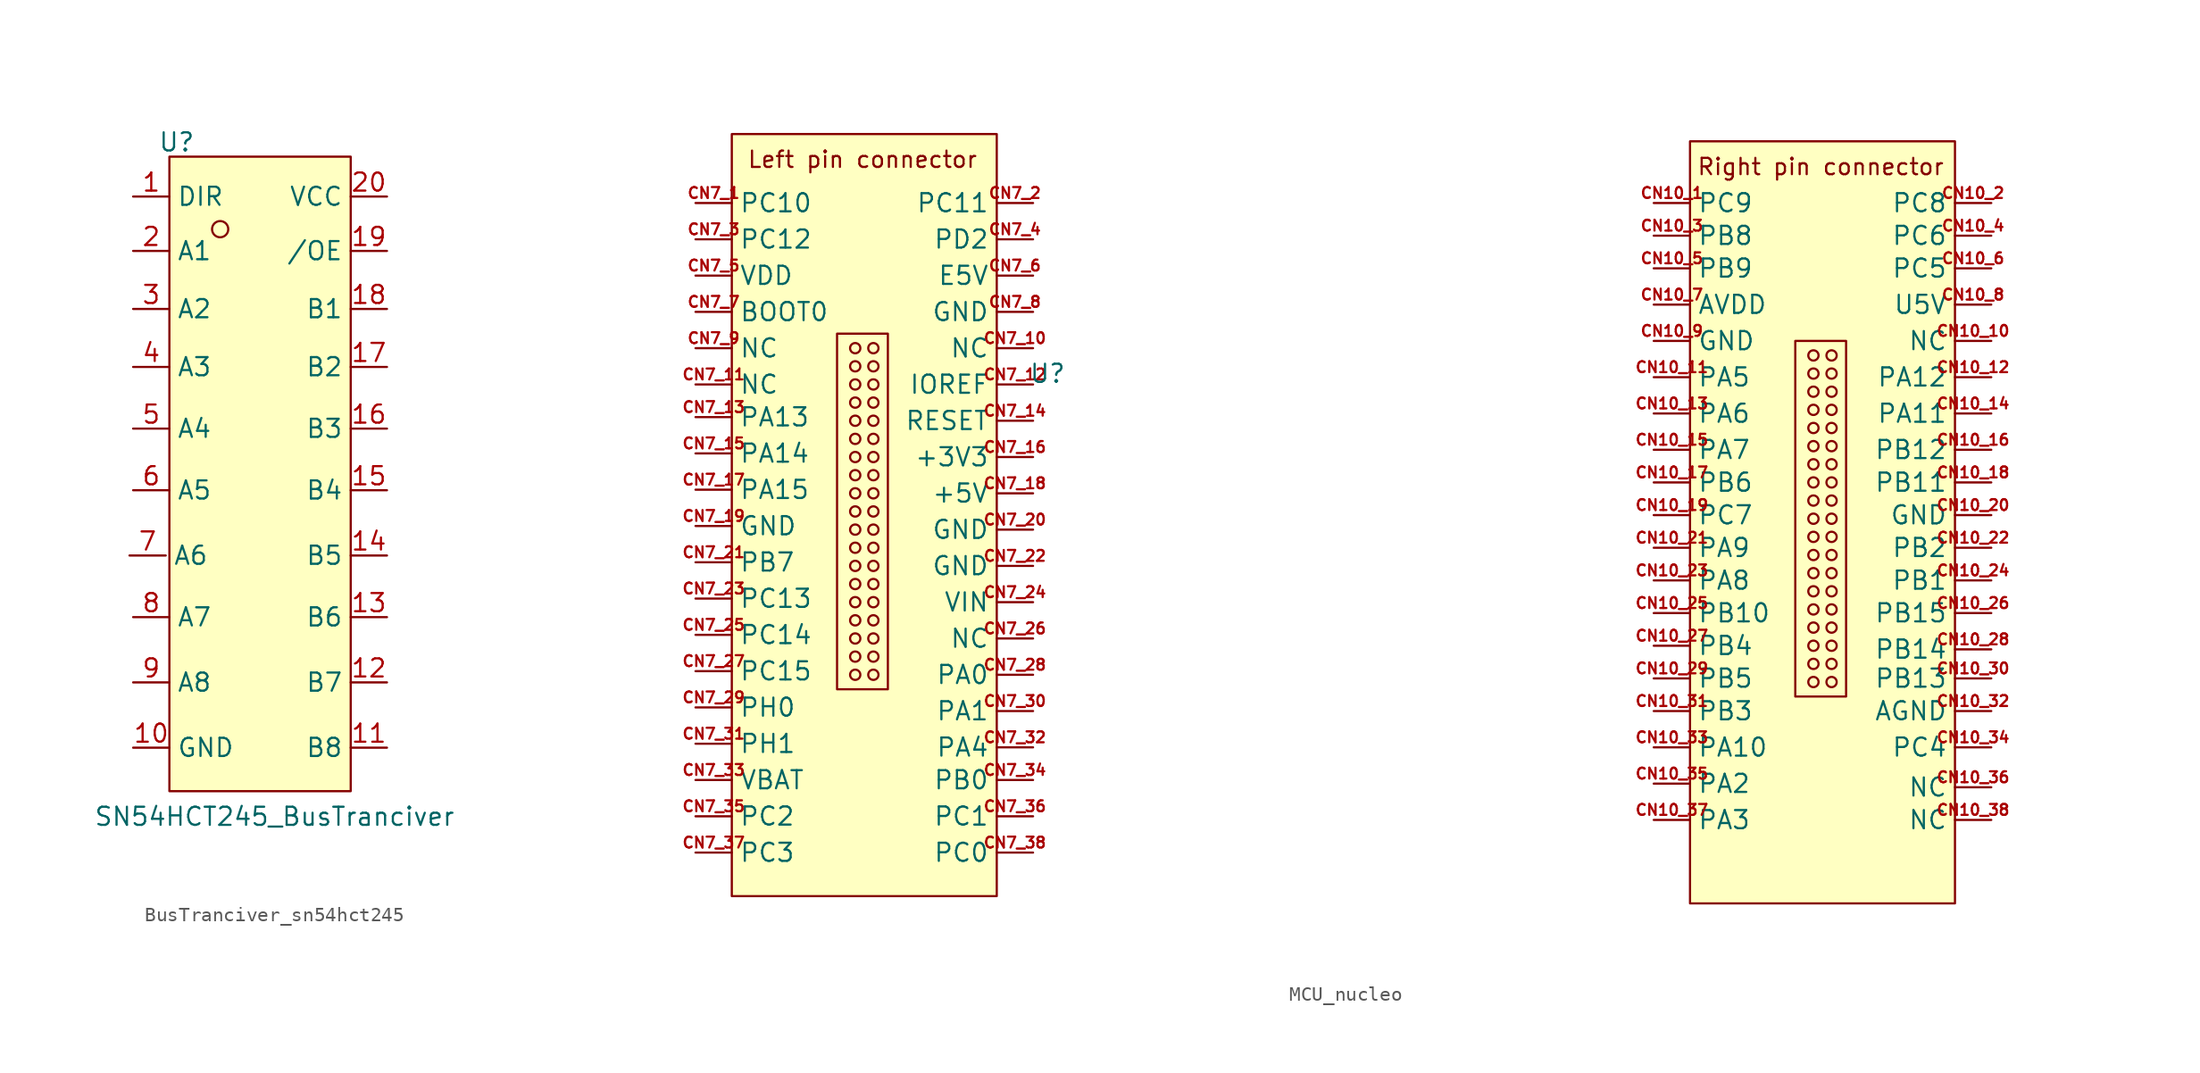
<source format=kicad_sym>
(kicad_symbol_lib
  (version 20220914)
  (generator kicad_symbol_editor)
  (symbol "BusTranciver_sn54hct245"
    (property "Reference" "U"
      (at -5.334 17.018 0)
      (effects (font (size 1.27 1.27))))
    (property "Value" "SN54HCT245_BusTranciver"
      (at 1.524 -30.226 0)
      (effects (font (size 1.27 1.27))))
    (symbol "BusTranciver_sn54hct245_0_1"
      (circle (center -2.286 10.922) (radius 0.568) (stroke (width 0) (type default)) (fill (type none))))
    (symbol "BusTranciver_sn54hct245_1_1"
      (rectangle (start -5.842 16.002) (end 6.858 -28.448) (stroke (width 0) (type default)) (fill (type background)))
      (pin input line (at -8.382 13.208 0) (length 2.54) (name "DIR" (effects (font (size 1.27 1.27)))) (number "1" (effects (font (size 1.27 1.27)))))
      (pin input line (at -8.382 -25.4 0) (length 2.54) (name "GND" (effects (font (size 1.27 1.27)))) (number "10" (effects (font (size 1.27 1.27)))))
      (pin input line (at 9.398 -25.4 180) (length 2.54) (name "B8" (effects (font (size 1.27 1.27)))) (number "11" (effects (font (size 1.27 1.27)))))
      (pin input line (at 9.398 -20.828 180) (length 2.54) (name "B7" (effects (font (size 1.27 1.27)))) (number "12" (effects (font (size 1.27 1.27)))))
      (pin input line (at 9.398 -16.256 180) (length 2.54) (name "B6" (effects (font (size 1.27 1.27)))) (number "13" (effects (font (size 1.27 1.27)))))
      (pin input line (at 9.398 -11.938 180) (length 2.54) (name "B5" (effects (font (size 1.27 1.27)))) (number "14" (effects (font (size 1.27 1.27)))))
      (pin input line (at 9.398 -7.366 180) (length 2.54) (name "B4" (effects (font (size 1.27 1.27)))) (number "15" (effects (font (size 1.27 1.27)))))
      (pin input line (at 9.398 -3.048 180) (length 2.54) (name "B3" (effects (font (size 1.27 1.27)))) (number "16" (effects (font (size 1.27 1.27)))))
      (pin input line (at 9.398 1.27 180) (length 2.54) (name "B2" (effects (font (size 1.27 1.27)))) (number "17" (effects (font (size 1.27 1.27)))))
      (pin input line (at 9.398 5.334 180) (length 2.54) (name "B1" (effects (font (size 1.27 1.27)))) (number "18" (effects (font (size 1.27 1.27)))))
      (pin input line (at 9.398 9.398 180) (length 2.54) (name "/OE" (effects (font (size 1.27 1.27)))) (number "19" (effects (font (size 1.27 1.27)))))
      (pin input line (at -8.382 9.398 0) (length 2.54) (name "A1" (effects (font (size 1.27 1.27)))) (number "2" (effects (font (size 1.27 1.27)))))
      (pin input line (at 9.398 13.208 180) (length 2.54) (name "VCC" (effects (font (size 1.27 1.27)))) (number "20" (effects (font (size 1.27 1.27)))))
      (pin input line (at -8.382 5.334 0) (length 2.54) (name "A2" (effects (font (size 1.27 1.27)))) (number "3" (effects (font (size 1.27 1.27)))))
      (pin input line (at -8.382 1.27 0) (length 2.54) (name "A3" (effects (font (size 1.27 1.27)))) (number "4" (effects (font (size 1.27 1.27)))))
      (pin input line (at -8.382 -3.048 0) (length 2.54) (name "A4" (effects (font (size 1.27 1.27)))) (number "5" (effects (font (size 1.27 1.27)))))
      (pin input line (at -8.382 -7.366 0) (length 2.54) (name "A5" (effects (font (size 1.27 1.27)))) (number "6" (effects (font (size 1.27 1.27)))))
      (pin input line (at -8.636 -11.938 0) (length 2.54) (name "A6" (effects (font (size 1.27 1.27)))) (number "7" (effects (font (size 1.27 1.27)))))
      (pin input line (at -8.382 -16.256 0) (length 2.54) (name "A7" (effects (font (size 1.27 1.27)))) (number "8" (effects (font (size 1.27 1.27)))))
      (pin input line (at -8.382 -20.828 0) (length 2.54) (name "A8" (effects (font (size 1.27 1.27)))) (number "9" (effects (font (size 1.27 1.27)))))))
  (symbol "MCU_nucleo"
    (property "Reference" "U"
      (at -20.828 0.254 0)
      (effects (font (size 1.27 1.27))))
    (property "Value" ""
      (at -20.828 0.254 0)
      (effects (font (size 1.27 1.27))))
    (symbol "MCU_nucleo_0_1"
      (rectangle (start -35.56 3.048) (end -32.004 -21.844) (stroke (width 0) (type default)) (fill (type none)))
      (circle (center -34.29 -20.828) (radius 0.359) (stroke (width 0) (type default)) (fill (type none)))
      (circle (center -34.29 -19.558) (radius 0.359) (stroke (width 0) (type default)) (fill (type none)))
      (circle (center -34.29 -18.288) (radius 0.359) (stroke (width 0) (type default)) (fill (type none)))
      (circle (center -34.29 -17.018) (radius 0.359) (stroke (width 0) (type default)) (fill (type none)))
      (circle (center -34.29 -15.748) (radius 0.359) (stroke (width 0) (type default)) (fill (type none)))
      (circle (center -34.29 -14.478) (radius 0.359) (stroke (width 0) (type default)) (fill (type none)))
      (circle (center -34.29 -13.208) (radius 0.359) (stroke (width 0) (type default)) (fill (type none)))
      (circle (center -34.29 -11.938) (radius 0.359) (stroke (width 0) (type default)) (fill (type none)))
      (circle (center -34.29 -10.668) (radius 0.359) (stroke (width 0) (type default)) (fill (type none)))
      (circle (center -34.29 -9.398) (radius 0.359) (stroke (width 0) (type default)) (fill (type none)))
      (circle (center -34.29 -8.128) (radius 0.359) (stroke (width 0) (type default)) (fill (type none)))
      (circle (center -34.29 -6.858) (radius 0.359) (stroke (width 0) (type default)) (fill (type none)))
      (circle (center -34.29 -5.588) (radius 0.359) (stroke (width 0) (type default)) (fill (type none)))
      (circle (center -34.29 -4.318) (radius 0.359) (stroke (width 0) (type default)) (fill (type none)))
      (circle (center -34.29 -3.048) (radius 0.359) (stroke (width 0) (type default)) (fill (type none)))
      (circle (center -34.29 -1.778) (radius 0.359) (stroke (width 0) (type default)) (fill (type none)))
      (circle (center -34.29 -0.508) (radius 0.359) (stroke (width 0) (type default)) (fill (type none)))
      (circle (center -34.29 0.762) (radius 0.359) (stroke (width 0) (type default)) (fill (type none)))
      (circle (center -34.29 2.032) (radius 0.359) (stroke (width 0) (type default)) (fill (type none)))
      (circle (center -33.02 -20.828) (radius 0.359) (stroke (width 0) (type default)) (fill (type none)))
      (circle (center -33.02 -19.558) (radius 0.359) (stroke (width 0) (type default)) (fill (type none)))
      (circle (center -33.02 -18.288) (radius 0.359) (stroke (width 0) (type default)) (fill (type none)))
      (circle (center -33.02 -17.018) (radius 0.359) (stroke (width 0) (type default)) (fill (type none)))
      (circle (center -33.02 -15.748) (radius 0.359) (stroke (width 0) (type default)) (fill (type none)))
      (circle (center -33.02 -14.478) (radius 0.359) (stroke (width 0) (type default)) (fill (type none)))
      (circle (center -33.02 -13.208) (radius 0.359) (stroke (width 0) (type default)) (fill (type none)))
      (circle (center -33.02 -11.938) (radius 0.359) (stroke (width 0) (type default)) (fill (type none)))
      (circle (center -33.02 -10.668) (radius 0.359) (stroke (width 0) (type default)) (fill (type none)))
      (circle (center -33.02 -9.398) (radius 0.359) (stroke (width 0) (type default)) (fill (type none)))
      (circle (center -33.02 -8.128) (radius 0.359) (stroke (width 0) (type default)) (fill (type none)))
      (circle (center -33.02 -6.858) (radius 0.359) (stroke (width 0) (type default)) (fill (type none)))
      (circle (center -33.02 -5.588) (radius 0.359) (stroke (width 0) (type default)) (fill (type none)))
      (circle (center -33.02 -4.318) (radius 0.359) (stroke (width 0) (type default)) (fill (type none)))
      (circle (center -33.02 -3.048) (radius 0.359) (stroke (width 0) (type default)) (fill (type none)))
      (circle (center -33.02 -1.778) (radius 0.359) (stroke (width 0) (type default)) (fill (type none)))
      (circle (center -33.02 -0.508) (radius 0.359) (stroke (width 0) (type default)) (fill (type none)))
      (circle (center -33.02 0.762) (radius 0.359) (stroke (width 0) (type default)) (fill (type none)))
      (circle (center -33.02 2.032) (radius 0.359) (stroke (width 0) (type default)) (fill (type none)))
      (rectangle (start 31.496 2.54) (end 35.052 -22.352) (stroke (width 0) (type default)) (fill (type none)))
      (circle (center 32.766 -21.336) (radius 0.359) (stroke (width 0) (type default)) (fill (type none)))
      (circle (center 32.766 -20.066) (radius 0.359) (stroke (width 0) (type default)) (fill (type none)))
      (circle (center 32.766 -18.796) (radius 0.359) (stroke (width 0) (type default)) (fill (type none)))
      (circle (center 32.766 -17.526) (radius 0.359) (stroke (width 0) (type default)) (fill (type none)))
      (circle (center 32.766 -16.256) (radius 0.359) (stroke (width 0) (type default)) (fill (type none)))
      (circle (center 32.766 -14.986) (radius 0.359) (stroke (width 0) (type default)) (fill (type none)))
      (circle (center 32.766 -13.716) (radius 0.359) (stroke (width 0) (type default)) (fill (type none)))
      (circle (center 32.766 -12.446) (radius 0.359) (stroke (width 0) (type default)) (fill (type none)))
      (circle (center 32.766 -11.176) (radius 0.359) (stroke (width 0) (type default)) (fill (type none)))
      (circle (center 32.766 -9.906) (radius 0.359) (stroke (width 0) (type default)) (fill (type none)))
      (circle (center 32.766 -8.636) (radius 0.359) (stroke (width 0) (type default)) (fill (type none)))
      (circle (center 32.766 -7.366) (radius 0.359) (stroke (width 0) (type default)) (fill (type none)))
      (circle (center 32.766 -6.096) (radius 0.359) (stroke (width 0) (type default)) (fill (type none)))
      (circle (center 32.766 -4.826) (radius 0.359) (stroke (width 0) (type default)) (fill (type none)))
      (circle (center 32.766 -3.556) (radius 0.359) (stroke (width 0) (type default)) (fill (type none)))
      (circle (center 32.766 -2.286) (radius 0.359) (stroke (width 0) (type default)) (fill (type none)))
      (circle (center 32.766 -1.016) (radius 0.359) (stroke (width 0) (type default)) (fill (type none)))
      (circle (center 32.766 0.254) (radius 0.359) (stroke (width 0) (type default)) (fill (type none)))
      (circle (center 32.766 1.524) (radius 0.359) (stroke (width 0) (type default)) (fill (type none)))
      (circle (center 34.036 -21.336) (radius 0.359) (stroke (width 0) (type default)) (fill (type none)))
      (circle (center 34.036 -20.066) (radius 0.359) (stroke (width 0) (type default)) (fill (type none)))
      (circle (center 34.036 -18.796) (radius 0.359) (stroke (width 0) (type default)) (fill (type none)))
      (circle (center 34.036 -17.526) (radius 0.359) (stroke (width 0) (type default)) (fill (type none)))
      (circle (center 34.036 -16.256) (radius 0.359) (stroke (width 0) (type default)) (fill (type none)))
      (circle (center 34.036 -14.986) (radius 0.359) (stroke (width 0) (type default)) (fill (type none)))
      (circle (center 34.036 -13.716) (radius 0.359) (stroke (width 0) (type default)) (fill (type none)))
      (circle (center 34.036 -12.446) (radius 0.359) (stroke (width 0) (type default)) (fill (type none)))
      (circle (center 34.036 -11.176) (radius 0.359) (stroke (width 0) (type default)) (fill (type none)))
      (circle (center 34.036 -9.906) (radius 0.359) (stroke (width 0) (type default)) (fill (type none)))
      (circle (center 34.036 -8.636) (radius 0.359) (stroke (width 0) (type default)) (fill (type none)))
      (circle (center 34.036 -7.366) (radius 0.359) (stroke (width 0) (type default)) (fill (type none)))
      (circle (center 34.036 -6.096) (radius 0.359) (stroke (width 0) (type default)) (fill (type none)))
      (circle (center 34.036 -4.826) (radius 0.359) (stroke (width 0) (type default)) (fill (type none)))
      (circle (center 34.036 -3.556) (radius 0.359) (stroke (width 0) (type default)) (fill (type none)))
      (circle (center 34.036 -2.286) (radius 0.359) (stroke (width 0) (type default)) (fill (type none)))
      (circle (center 34.036 -1.016) (radius 0.359) (stroke (width 0) (type default)) (fill (type none)))
      (circle (center 34.036 0.254) (radius 0.359) (stroke (width 0) (type default)) (fill (type none)))
      (circle (center 34.036 1.524) (radius 0.359) (stroke (width 0) (type default)) (fill (type none))))
    (symbol "MCU_nucleo_1_1"
      (rectangle (start -42.926 17.018) (end -24.384 -36.322) (stroke (width 0) (type default)) (fill (type background)))
      (rectangle (start 24.13 16.51) (end 42.672 -36.83) (stroke (width 0) (type default)) (fill (type background)))
      (text "Left pin connector" (at -33.782 15.24 0) (effects (font (size 1.143 1.143))))
      (text "Right pin connector" (at 33.274 14.732 0) (effects (font (size 1.143 1.143))))
      (pin input line (at 21.59 12.192 0) (length 2.54) (name "PC9" (effects (font (size 1.27 1.27)))) (number "CN10_1" (effects (font (size 0.762 0.762)))))
      (pin input line (at 45.212 2.54 180) (length 2.54) (name "NC" (effects (font (size 1.27 1.27)))) (number "CN10_10" (effects (font (size 0.762 0.762)))))
      (pin input line (at 21.59 0 0) (length 2.54) (name "PA5" (effects (font (size 1.27 1.27)))) (number "CN10_11" (effects (font (size 0.762 0.762)))))
      (pin input line (at 45.212 0 180) (length 2.54) (name "PA12" (effects (font (size 1.27 1.27)))) (number "CN10_12" (effects (font (size 0.762 0.762)))))
      (pin input line (at 21.59 -2.54 0) (length 2.54) (name "PA6" (effects (font (size 1.27 1.27)))) (number "CN10_13" (effects (font (size 0.762 0.762)))))
      (pin input line (at 45.212 -2.54 180) (length 2.54) (name "PA11" (effects (font (size 1.27 1.27)))) (number "CN10_14" (effects (font (size 0.762 0.762)))))
      (pin input line (at 21.59 -5.08 0) (length 2.54) (name "PA7" (effects (font (size 1.27 1.27)))) (number "CN10_15" (effects (font (size 0.762 0.762)))))
      (pin input line (at 45.212 -5.08 180) (length 2.54) (name "PB12" (effects (font (size 1.27 1.27)))) (number "CN10_16" (effects (font (size 0.762 0.762)))))
      (pin input line (at 21.59 -7.366 0) (length 2.54) (name "PB6" (effects (font (size 1.27 1.27)))) (number "CN10_17" (effects (font (size 0.762 0.762)))))
      (pin input line (at 45.212 -7.366 180) (length 2.54) (name "PB11" (effects (font (size 1.27 1.27)))) (number "CN10_18" (effects (font (size 0.762 0.762)))))
      (pin input line (at 21.59 -9.652 0) (length 2.54) (name "PC7" (effects (font (size 1.27 1.27)))) (number "CN10_19" (effects (font (size 0.762 0.762)))))
      (pin input line (at 45.212 12.192 180) (length 2.54) (name "PC8" (effects (font (size 1.27 1.27)))) (number "CN10_2" (effects (font (size 0.762 0.762)))))
      (pin input line (at 45.212 -9.652 180) (length 2.54) (name "GND" (effects (font (size 1.27 1.27)))) (number "CN10_20" (effects (font (size 0.762 0.762)))))
      (pin input line (at 21.59 -11.938 0) (length 2.54) (name "PA9" (effects (font (size 1.27 1.27)))) (number "CN10_21" (effects (font (size 0.762 0.762)))))
      (pin input line (at 45.212 -11.938 180) (length 2.54) (name "PB2" (effects (font (size 1.27 1.27)))) (number "CN10_22" (effects (font (size 0.762 0.762)))))
      (pin input line (at 21.59 -14.224 0) (length 2.54) (name "PA8" (effects (font (size 1.27 1.27)))) (number "CN10_23" (effects (font (size 0.762 0.762)))))
      (pin input line (at 45.212 -14.224 180) (length 2.54) (name "PB1" (effects (font (size 1.27 1.27)))) (number "CN10_24" (effects (font (size 0.762 0.762)))))
      (pin input line (at 21.59 -16.51 0) (length 2.54) (name "PB10" (effects (font (size 1.27 1.27)))) (number "CN10_25" (effects (font (size 0.762 0.762)))))
      (pin input line (at 45.212 -16.51 180) (length 2.54) (name "PB15" (effects (font (size 1.27 1.27)))) (number "CN10_26" (effects (font (size 0.762 0.762)))))
      (pin input line (at 21.59 -18.796 0) (length 2.54) (name "PB4" (effects (font (size 1.27 1.27)))) (number "CN10_27" (effects (font (size 0.762 0.762)))))
      (pin input line (at 45.212 -19.05 180) (length 2.54) (name "PB14" (effects (font (size 1.27 1.27)))) (number "CN10_28" (effects (font (size 0.762 0.762)))))
      (pin input line (at 21.59 -21.082 0) (length 2.54) (name "PB5" (effects (font (size 1.27 1.27)))) (number "CN10_29" (effects (font (size 0.762 0.762)))))
      (pin input line (at 21.59 9.906 0) (length 2.54) (name "PB8" (effects (font (size 1.27 1.27)))) (number "CN10_3" (effects (font (size 0.762 0.762)))))
      (pin input line (at 45.212 -21.082 180) (length 2.54) (name "PB13" (effects (font (size 1.27 1.27)))) (number "CN10_30" (effects (font (size 0.762 0.762)))))
      (pin input line (at 21.59 -23.368 0) (length 2.54) (name "PB3" (effects (font (size 1.27 1.27)))) (number "CN10_31" (effects (font (size 0.762 0.762)))))
      (pin input line (at 45.212 -23.368 180) (length 2.54) (name "AGND" (effects (font (size 1.27 1.27)))) (number "CN10_32" (effects (font (size 0.762 0.762)))))
      (pin input line (at 21.59 -25.908 0) (length 2.54) (name "PA10" (effects (font (size 1.27 1.27)))) (number "CN10_33" (effects (font (size 0.762 0.762)))))
      (pin input line (at 45.212 -25.908 180) (length 2.54) (name "PC4" (effects (font (size 1.27 1.27)))) (number "CN10_34" (effects (font (size 0.762 0.762)))))
      (pin input line (at 21.59 -28.448 0) (length 2.54) (name "PA2" (effects (font (size 1.27 1.27)))) (number "CN10_35" (effects (font (size 0.762 0.762)))))
      (pin input line (at 45.212 -28.702 180) (length 2.54) (name "NC" (effects (font (size 1.27 1.27)))) (number "CN10_36" (effects (font (size 0.762 0.762)))))
      (pin input line (at 21.59 -30.988 0) (length 2.54) (name "PA3" (effects (font (size 1.27 1.27)))) (number "CN10_37" (effects (font (size 0.762 0.762)))))
      (pin input line (at 45.212 -30.988 180) (length 2.54) (name "NC" (effects (font (size 1.27 1.27)))) (number "CN10_38" (effects (font (size 0.762 0.762)))))
      (pin input line (at 45.212 9.906 180) (length 2.54) (name "PC6" (effects (font (size 1.27 1.27)))) (number "CN10_4" (effects (font (size 0.762 0.762)))))
      (pin input line (at 21.59 7.62 0) (length 2.54) (name "PB9" (effects (font (size 1.27 1.27)))) (number "CN10_5" (effects (font (size 0.762 0.762)))))
      (pin input line (at 45.212 7.62 180) (length 2.54) (name "PC5" (effects (font (size 1.27 1.27)))) (number "CN10_6" (effects (font (size 0.762 0.762)))))
      (pin input line (at 21.59 5.08 0) (length 2.54) (name "AVDD" (effects (font (size 1.27 1.27)))) (number "CN10_7" (effects (font (size 0.762 0.762)))))
      (pin input line (at 45.212 5.08 180) (length 2.54) (name "U5V" (effects (font (size 1.27 1.27)))) (number "CN10_8" (effects (font (size 0.762 0.762)))))
      (pin input line (at 21.59 2.54 0) (length 2.54) (name "GND" (effects (font (size 1.27 1.27)))) (number "CN10_9" (effects (font (size 0.762 0.762)))))
      (pin input line (at -45.466 12.192 0) (length 2.54) (name "PC10" (effects (font (size 1.27 1.27)))) (number "CN7_1" (effects (font (size 0.762 0.762)))))
      (pin input line (at -21.844 2.032 180) (length 2.54) (name "NC" (effects (font (size 1.27 1.27)))) (number "CN7_10" (effects (font (size 0.762 0.762)))))
      (pin input line (at -45.466 -0.508 0) (length 2.54) (name "NC" (effects (font (size 1.27 1.27)))) (number "CN7_11" (effects (font (size 0.762 0.762)))))
      (pin input line (at -21.844 -0.508 180) (length 2.54) (name "IOREF" (effects (font (size 1.27 1.27)))) (number "CN7_12" (effects (font (size 0.762 0.762)))))
      (pin input line (at -45.466 -2.794 0) (length 2.54) (name "PA13" (effects (font (size 1.27 1.27)))) (number "CN7_13" (effects (font (size 0.762 0.762)))))
      (pin input line (at -21.844 -3.048 180) (length 2.54) (name "RESET" (effects (font (size 1.27 1.27)))) (number "CN7_14" (effects (font (size 0.762 0.762)))))
      (pin input line (at -45.466 -5.334 0) (length 2.54) (name "PA14" (effects (font (size 1.27 1.27)))) (number "CN7_15" (effects (font (size 0.762 0.762)))))
      (pin input line (at -21.844 -5.588 180) (length 2.54) (name "+3V3" (effects (font (size 1.27 1.27)))) (number "CN7_16" (effects (font (size 0.762 0.762)))))
      (pin input line (at -45.466 -7.874 0) (length 2.54) (name "PA15" (effects (font (size 1.27 1.27)))) (number "CN7_17" (effects (font (size 0.762 0.762)))))
      (pin input line (at -21.844 -8.128 180) (length 2.54) (name "+5V" (effects (font (size 1.27 1.27)))) (number "CN7_18" (effects (font (size 0.762 0.762)))))
      (pin input line (at -45.466 -10.414 0) (length 2.54) (name "GND" (effects (font (size 1.27 1.27)))) (number "CN7_19" (effects (font (size 0.762 0.762)))))
      (pin input line (at -21.844 12.192 180) (length 2.54) (name "PC11" (effects (font (size 1.27 1.27)))) (number "CN7_2" (effects (font (size 0.762 0.762)))))
      (pin input line (at -21.844 -10.668 180) (length 2.54) (name "GND" (effects (font (size 1.27 1.27)))) (number "CN7_20" (effects (font (size 0.762 0.762)))))
      (pin input line (at -45.466 -12.954 0) (length 2.54) (name "PB7" (effects (font (size 1.27 1.27)))) (number "CN7_21" (effects (font (size 0.762 0.762)))))
      (pin input line (at -21.844 -13.208 180) (length 2.54) (name "GND" (effects (font (size 1.27 1.27)))) (number "CN7_22" (effects (font (size 0.762 0.762)))))
      (pin input line (at -45.466 -15.494 0) (length 2.54) (name "PC13" (effects (font (size 1.27 1.27)))) (number "CN7_23" (effects (font (size 0.762 0.762)))))
      (pin input line (at -21.844 -15.748 180) (length 2.54) (name "VIN" (effects (font (size 1.27 1.27)))) (number "CN7_24" (effects (font (size 0.762 0.762)))))
      (pin input line (at -45.466 -18.034 0) (length 2.54) (name "PC14" (effects (font (size 1.27 1.27)))) (number "CN7_25" (effects (font (size 0.762 0.762)))))
      (pin input line (at -21.844 -18.288 180) (length 2.54) (name "NC" (effects (font (size 1.27 1.27)))) (number "CN7_26" (effects (font (size 0.762 0.762)))))
      (pin input line (at -45.466 -20.574 0) (length 2.54) (name "PC15" (effects (font (size 1.27 1.27)))) (number "CN7_27" (effects (font (size 0.762 0.762)))))
      (pin input line (at -21.844 -20.828 180) (length 2.54) (name "PA0" (effects (font (size 1.27 1.27)))) (number "CN7_28" (effects (font (size 0.762 0.762)))))
      (pin input line (at -45.466 -23.114 0) (length 2.54) (name "PH0" (effects (font (size 1.27 1.27)))) (number "CN7_29" (effects (font (size 0.762 0.762)))))
      (pin input line (at -45.466 9.652 0) (length 2.54) (name "PC12" (effects (font (size 1.27 1.27)))) (number "CN7_3" (effects (font (size 0.762 0.762)))))
      (pin input line (at -21.844 -23.368 180) (length 2.54) (name "PA1" (effects (font (size 1.27 1.27)))) (number "CN7_30" (effects (font (size 0.762 0.762)))))
      (pin input line (at -45.466 -25.654 0) (length 2.54) (name "PH1" (effects (font (size 1.27 1.27)))) (number "CN7_31" (effects (font (size 0.762 0.762)))))
      (pin input line (at -21.844 -25.908 180) (length 2.54) (name "PA4" (effects (font (size 1.27 1.27)))) (number "CN7_32" (effects (font (size 0.762 0.762)))))
      (pin input line (at -45.466 -28.194 0) (length 2.54) (name "VBAT" (effects (font (size 1.27 1.27)))) (number "CN7_33" (effects (font (size 0.762 0.762)))))
      (pin input line (at -21.844 -28.194 180) (length 2.54) (name "PB0" (effects (font (size 1.27 1.27)))) (number "CN7_34" (effects (font (size 0.762 0.762)))))
      (pin input line (at -45.466 -30.734 0) (length 2.54) (name "PC2" (effects (font (size 1.27 1.27)))) (number "CN7_35" (effects (font (size 0.762 0.762)))))
      (pin input line (at -21.844 -30.734 180) (length 2.54) (name "PC1" (effects (font (size 1.27 1.27)))) (number "CN7_36" (effects (font (size 0.762 0.762)))))
      (pin input line (at -45.466 -33.274 0) (length 2.54) (name "PC3" (effects (font (size 1.27 1.27)))) (number "CN7_37" (effects (font (size 0.762 0.762)))))
      (pin input line (at -21.844 -33.274 180) (length 2.54) (name "PC0" (effects (font (size 1.27 1.27)))) (number "CN7_38" (effects (font (size 0.762 0.762)))))
      (pin input line (at -21.844 9.652 180) (length 2.54) (name "PD2" (effects (font (size 1.27 1.27)))) (number "CN7_4" (effects (font (size 0.762 0.762)))))
      (pin input line (at -45.466 7.112 0) (length 2.54) (name "VDD" (effects (font (size 1.27 1.27)))) (number "CN7_5" (effects (font (size 0.762 0.762)))))
      (pin input line (at -21.844 7.112 180) (length 2.54) (name "E5V" (effects (font (size 1.27 1.27)))) (number "CN7_6" (effects (font (size 0.762 0.762)))))
      (pin input line (at -45.466 4.572 0) (length 2.54) (name "BOOT0" (effects (font (size 1.27 1.27)))) (number "CN7_7" (effects (font (size 0.762 0.762)))))
      (pin input line (at -21.844 4.572 180) (length 2.54) (name "GND" (effects (font (size 1.27 1.27)))) (number "CN7_8" (effects (font (size 0.762 0.762)))))
      (pin input line (at -45.466 2.032 0) (length 2.54) (name "NC" (effects (font (size 1.27 1.27)))) (number "CN7_9" (effects (font (size 0.762 0.762))))))))
</source>
